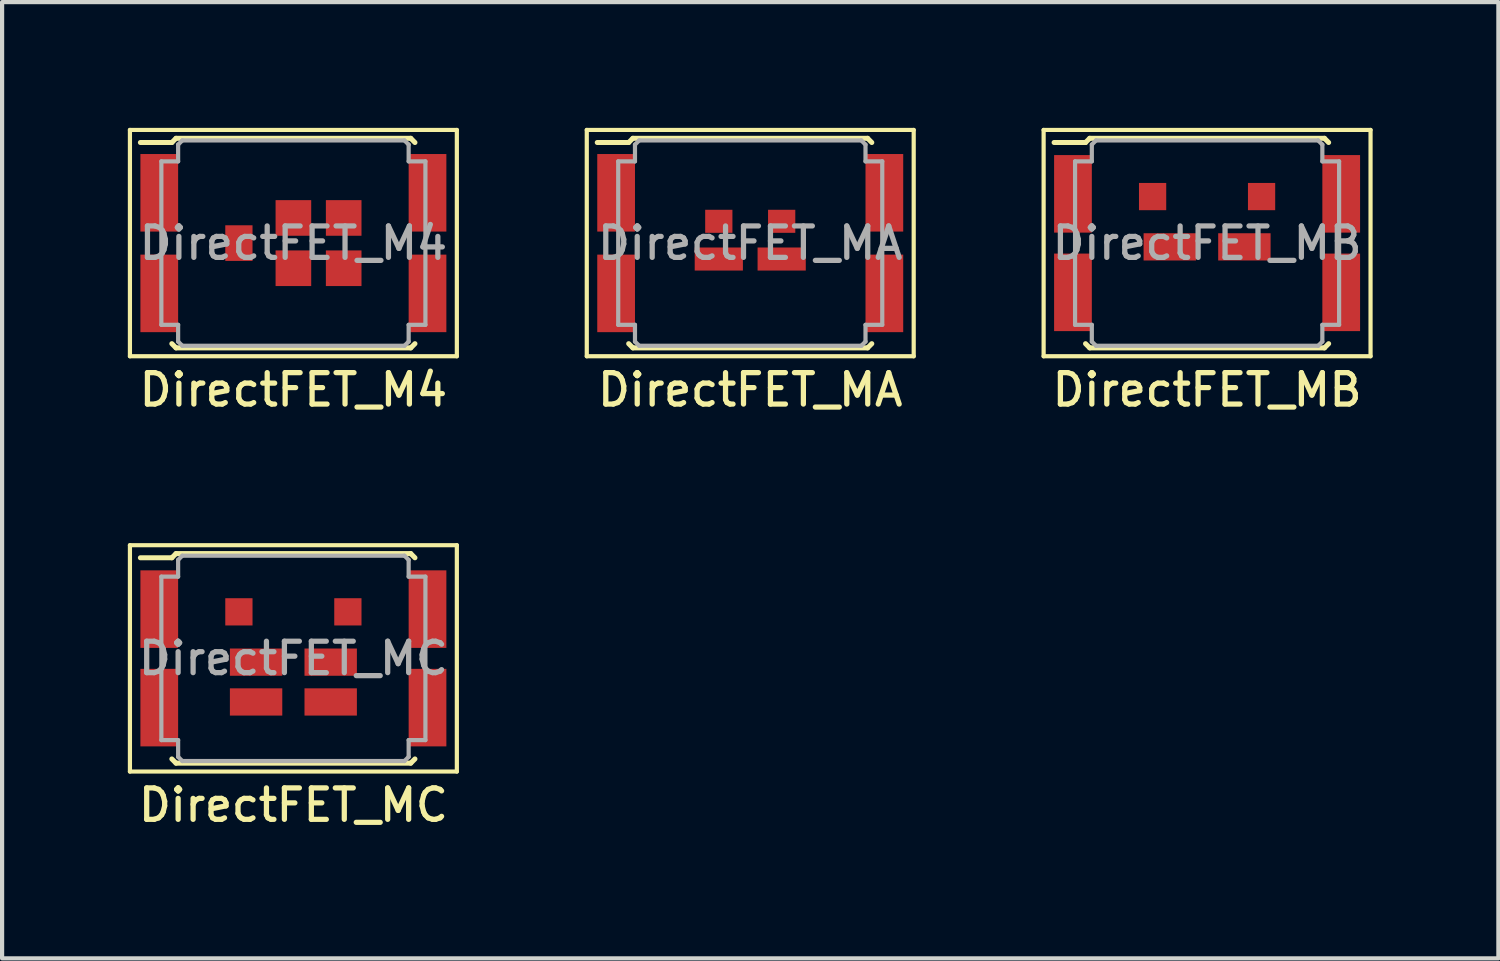
<source format=kicad_pcb>
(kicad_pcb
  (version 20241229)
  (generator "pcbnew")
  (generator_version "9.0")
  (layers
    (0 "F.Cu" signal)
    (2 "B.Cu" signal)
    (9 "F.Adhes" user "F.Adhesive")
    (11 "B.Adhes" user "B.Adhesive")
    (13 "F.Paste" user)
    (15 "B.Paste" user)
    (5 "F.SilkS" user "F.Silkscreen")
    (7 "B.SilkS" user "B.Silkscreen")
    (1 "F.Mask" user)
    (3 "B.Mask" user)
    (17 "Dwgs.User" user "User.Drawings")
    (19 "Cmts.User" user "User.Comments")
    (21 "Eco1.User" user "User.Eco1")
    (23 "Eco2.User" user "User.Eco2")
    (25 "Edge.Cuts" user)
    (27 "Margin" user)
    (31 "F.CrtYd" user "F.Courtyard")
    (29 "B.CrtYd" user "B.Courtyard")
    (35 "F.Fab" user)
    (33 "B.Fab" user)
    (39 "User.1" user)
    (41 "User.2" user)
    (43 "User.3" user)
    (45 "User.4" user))
  (footprint "DirectFET_MA"
    (layer "F.Cu")
    (at 14.85 2.75)
    (property "Reference" "DirectFET_MA" (at 0 3.5 0) (layer "F.SilkS") (effects (font (size 0.75 0.75) (thickness 0.125))))
    (attr smd)
    (fp_line (start -3.9 -2.7) (end -3.9 2.7) (stroke (width 0.1) (type solid)) (layer "F.SilkS"))
    (fp_line (start -3.9 2.7) (end 3.9 2.7) (stroke (width 0.1) (type solid)) (layer "F.SilkS"))
    (fp_line (start -3.65 -2.4) (end -2.9 -2.4) (stroke (width 0.12) (type solid)) (layer "F.SilkS"))
    (fp_line (start -2.9 -2.4) (end -2.8 -2.5) (stroke (width 0.12) (type solid)) (layer "F.SilkS"))
    (fp_line (start -2.8 -2.5) (end 2.8 -2.5) (stroke (width 0.12) (type solid)) (layer "F.SilkS"))
    (fp_line (start -2.8 2.5) (end -2.9 2.4) (stroke (width 0.12) (type solid)) (layer "F.SilkS"))
    (fp_line (start 2.8 -2.5) (end 2.9 -2.4) (stroke (width 0.12) (type solid)) (layer "F.SilkS"))
    (fp_line (start 2.8 2.5) (end -2.8 2.5) (stroke (width 0.12) (type solid)) (layer "F.SilkS"))
    (fp_line (start 2.9 2.4) (end 2.8 2.5) (stroke (width 0.12) (type solid)) (layer "F.SilkS"))
    (fp_line (start 3.9 -2.7) (end -3.9 -2.7) (stroke (width 0.1) (type solid)) (layer "F.SilkS"))
    (fp_line (start 3.9 2.7) (end 3.9 -2.7) (stroke (width 0.1) (type solid)) (layer "F.SilkS"))
    (fp_line (start -3.15 -1.95) (end -2.75 -1.95) (stroke (width 0.1) (type solid)) (layer "F.Fab"))
    (fp_line (start -3.15 1.95) (end -3.15 -1.95) (stroke (width 0.1) (type solid)) (layer "F.Fab"))
    (fp_line (start -3.15 1.95) (end -2.75 1.95) (stroke (width 0.1) (type solid)) (layer "F.Fab"))
    (fp_line (start -2.75 -2.35) (end -2.65 -2.45) (stroke (width 0.1) (type solid)) (layer "F.Fab"))
    (fp_line (start -2.75 -1.95) (end -2.75 -2.35) (stroke (width 0.1) (type solid)) (layer "F.Fab"))
    (fp_line (start -2.75 1.95) (end -2.75 2.35) (stroke (width 0.1) (type solid)) (layer "F.Fab"))
    (fp_line (start -2.75 2.35) (end -2.65 2.45) (stroke (width 0.1) (type solid)) (layer "F.Fab"))
    (fp_line (start -2.65 2.45) (end 2.65 2.45) (stroke (width 0.1) (type solid)) (layer "F.Fab"))
    (fp_line (start 2.65 -2.45) (end -2.65 -2.45) (stroke (width 0.1) (type solid)) (layer "F.Fab"))
    (fp_line (start 2.65 -2.45) (end 2.75 -2.35) (stroke (width 0.1) (type solid)) (layer "F.Fab"))
    (fp_line (start 2.75 -2.35) (end 2.75 -1.95) (stroke (width 0.1) (type solid)) (layer "F.Fab"))
    (fp_line (start 2.75 -1.95) (end 3.15 -1.95) (stroke (width 0.1) (type solid)) (layer "F.Fab"))
    (fp_line (start 2.75 1.95) (end 2.75 2.35) (stroke (width 0.1) (type solid)) (layer "F.Fab"))
    (fp_line (start 2.75 2.35) (end 2.65 2.45) (stroke (width 0.1) (type solid)) (layer "F.Fab"))
    (fp_line (start 3.15 -1.95) (end 3.15 1.95) (stroke (width 0.1) (type solid)) (layer "F.Fab"))
    (fp_line (start 3.15 1.95) (end 2.75 1.95) (stroke (width 0.1) (type solid)) (layer "F.Fab"))
    (fp_text user "${REFERENCE}" (at 0 0 0) (layer "F.Fab") (effects (font (size 0.75 0.75) (thickness 0.125))))
    (pad "1" smd rect (at -3.2 -1.2) (size 0.9 1.85) (layers "F.Cu" "F.Mask" "F.Paste"))
    (pad "1" smd rect (at -3.2 1.2) (size 0.9 1.85) (layers "F.Cu" "F.Mask" "F.Paste"))
    (pad "1" smd rect (at 3.2 -1.2) (size 0.9 1.85) (layers "F.Cu" "F.Mask" "F.Paste"))
    (pad "1" smd rect (at 3.2 1.2) (size 0.9 1.85) (layers "F.Cu" "F.Mask" "F.Paste"))
    (pad "2" smd rect (at -0.75 -0.52) (size 0.65 0.55) (layers "F.Cu" "F.Mask" "F.Paste"))
    (pad "2" smd rect (at 0.75 -0.52) (size 0.65 0.55) (layers "F.Cu" "F.Mask" "F.Paste"))
    (pad "3" smd rect (at -0.75 0.38) (size 1.15 0.55) (layers "F.Cu" "F.Mask" "F.Paste"))
    (pad "3" smd rect (at 0.75 0.38) (size 1.15 0.55) (layers "F.Cu" "F.Mask" "F.Paste")))
  (footprint "DirectFET_M4"
    (layer "F.Cu")
    (at 3.95 2.75)
    (property "Reference" "DirectFET_M4" (at 0 3.5 0) (layer "F.SilkS") (effects (font (size 0.75 0.75) (thickness 0.125))))
    (attr smd)
    (fp_line (start -3.9 -2.7) (end -3.9 2.7) (stroke (width 0.1) (type solid)) (layer "F.SilkS"))
    (fp_line (start -3.9 2.7) (end 3.9 2.7) (stroke (width 0.1) (type solid)) (layer "F.SilkS"))
    (fp_line (start -3.65 -2.4) (end -2.9 -2.4) (stroke (width 0.12) (type solid)) (layer "F.SilkS"))
    (fp_line (start -2.9 -2.4) (end -2.8 -2.5) (stroke (width 0.12) (type solid)) (layer "F.SilkS"))
    (fp_line (start -2.8 -2.5) (end 2.8 -2.5) (stroke (width 0.12) (type solid)) (layer "F.SilkS"))
    (fp_line (start -2.8 2.5) (end -2.9 2.4) (stroke (width 0.12) (type solid)) (layer "F.SilkS"))
    (fp_line (start 2.8 -2.5) (end 2.9 -2.4) (stroke (width 0.12) (type solid)) (layer "F.SilkS"))
    (fp_line (start 2.8 2.5) (end -2.8 2.5) (stroke (width 0.12) (type solid)) (layer "F.SilkS"))
    (fp_line (start 2.9 2.4) (end 2.8 2.5) (stroke (width 0.12) (type solid)) (layer "F.SilkS"))
    (fp_line (start 3.9 -2.7) (end -3.9 -2.7) (stroke (width 0.1) (type solid)) (layer "F.SilkS"))
    (fp_line (start 3.9 2.7) (end 3.9 -2.7) (stroke (width 0.1) (type solid)) (layer "F.SilkS"))
    (fp_line (start -3.15 -1.95) (end -2.75 -1.95) (stroke (width 0.1) (type solid)) (layer "F.Fab"))
    (fp_line (start -3.15 1.95) (end -3.15 -1.95) (stroke (width 0.1) (type solid)) (layer "F.Fab"))
    (fp_line (start -3.15 1.95) (end -2.75 1.95) (stroke (width 0.1) (type solid)) (layer "F.Fab"))
    (fp_line (start -2.75 -2.35) (end -2.65 -2.45) (stroke (width 0.1) (type solid)) (layer "F.Fab"))
    (fp_line (start -2.75 -1.95) (end -2.75 -2.35) (stroke (width 0.1) (type solid)) (layer "F.Fab"))
    (fp_line (start -2.75 1.95) (end -2.75 2.35) (stroke (width 0.1) (type solid)) (layer "F.Fab"))
    (fp_line (start -2.75 2.35) (end -2.65 2.45) (stroke (width 0.1) (type solid)) (layer "F.Fab"))
    (fp_line (start -2.65 2.45) (end 2.65 2.45) (stroke (width 0.1) (type solid)) (layer "F.Fab"))
    (fp_line (start 2.65 -2.45) (end -2.65 -2.45) (stroke (width 0.1) (type solid)) (layer "F.Fab"))
    (fp_line (start 2.65 -2.45) (end 2.75 -2.35) (stroke (width 0.1) (type solid)) (layer "F.Fab"))
    (fp_line (start 2.75 -2.35) (end 2.75 -1.95) (stroke (width 0.1) (type solid)) (layer "F.Fab"))
    (fp_line (start 2.75 -1.95) (end 3.15 -1.95) (stroke (width 0.1) (type solid)) (layer "F.Fab"))
    (fp_line (start 2.75 1.95) (end 2.75 2.35) (stroke (width 0.1) (type solid)) (layer "F.Fab"))
    (fp_line (start 2.75 2.35) (end 2.65 2.45) (stroke (width 0.1) (type solid)) (layer "F.Fab"))
    (fp_line (start 3.15 -1.95) (end 3.15 1.95) (stroke (width 0.1) (type solid)) (layer "F.Fab"))
    (fp_line (start 3.15 1.95) (end 2.75 1.95) (stroke (width 0.1) (type solid)) (layer "F.Fab"))
    (fp_text user "${REFERENCE}" (at 0 0 0) (layer "F.Fab") (effects (font (size 0.75 0.75) (thickness 0.125))))
    (pad "1" smd rect (at -3.2 -1.2) (size 0.9 1.85) (layers "F.Cu" "F.Mask" "F.Paste"))
    (pad "1" smd rect (at -3.2 1.2) (size 0.9 1.85) (layers "F.Cu" "F.Mask" "F.Paste"))
    (pad "1" smd rect (at 3.2 -1.2) (size 0.9 1.85) (layers "F.Cu" "F.Mask" "F.Paste"))
    (pad "1" smd rect (at 3.2 1.2) (size 0.9 1.85) (layers "F.Cu" "F.Mask" "F.Paste"))
    (pad "2" smd rect (at -1.3 0) (size 0.65 0.85) (layers "F.Cu" "F.Mask" "F.Paste"))
    (pad "3" smd rect (at 0 -0.6) (size 0.85 0.85) (layers "F.Cu" "F.Mask" "F.Paste"))
    (pad "3" smd rect (at 0 0.6) (size 0.85 0.85) (layers "F.Cu" "F.Mask" "F.Paste"))
    (pad "3" smd rect (at 1.2 -0.6) (size 0.85 0.85) (layers "F.Cu" "F.Mask" "F.Paste"))
    (pad "3" smd rect (at 1.2 0.6) (size 0.85 0.85) (layers "F.Cu" "F.Mask" "F.Paste")))
  (footprint "DirectFET_MC"
    (layer "F.Cu")
    (at 3.95 12.658)
    (property "Reference" "DirectFET_MC" (at 0 3.5 0) (layer "F.SilkS") (effects (font (size 0.75 0.75) (thickness 0.125))))
    (attr smd)
    (fp_line (start -3.9 -2.7) (end -3.9 2.7) (stroke (width 0.1) (type solid)) (layer "F.SilkS"))
    (fp_line (start -3.9 2.7) (end 3.9 2.7) (stroke (width 0.1) (type solid)) (layer "F.SilkS"))
    (fp_line (start -3.65 -2.4) (end -2.9 -2.4) (stroke (width 0.12) (type solid)) (layer "F.SilkS"))
    (fp_line (start -2.9 -2.4) (end -2.8 -2.5) (stroke (width 0.12) (type solid)) (layer "F.SilkS"))
    (fp_line (start -2.8 -2.5) (end 2.8 -2.5) (stroke (width 0.12) (type solid)) (layer "F.SilkS"))
    (fp_line (start -2.8 2.5) (end -2.9 2.4) (stroke (width 0.12) (type solid)) (layer "F.SilkS"))
    (fp_line (start 2.8 -2.5) (end 2.9 -2.4) (stroke (width 0.12) (type solid)) (layer "F.SilkS"))
    (fp_line (start 2.8 2.5) (end -2.8 2.5) (stroke (width 0.12) (type solid)) (layer "F.SilkS"))
    (fp_line (start 2.9 2.4) (end 2.8 2.5) (stroke (width 0.12) (type solid)) (layer "F.SilkS"))
    (fp_line (start 3.9 -2.7) (end -3.9 -2.7) (stroke (width 0.1) (type solid)) (layer "F.SilkS"))
    (fp_line (start 3.9 2.7) (end 3.9 -2.7) (stroke (width 0.1) (type solid)) (layer "F.SilkS"))
    (fp_line (start -3.15 -1.95) (end -2.75 -1.95) (stroke (width 0.1) (type solid)) (layer "F.Fab"))
    (fp_line (start -3.15 1.95) (end -3.15 -1.95) (stroke (width 0.1) (type solid)) (layer "F.Fab"))
    (fp_line (start -3.15 1.95) (end -2.75 1.95) (stroke (width 0.1) (type solid)) (layer "F.Fab"))
    (fp_line (start -2.75 -2.35) (end -2.65 -2.45) (stroke (width 0.1) (type solid)) (layer "F.Fab"))
    (fp_line (start -2.75 -1.95) (end -2.75 -2.35) (stroke (width 0.1) (type solid)) (layer "F.Fab"))
    (fp_line (start -2.75 1.95) (end -2.75 2.35) (stroke (width 0.1) (type solid)) (layer "F.Fab"))
    (fp_line (start -2.75 2.35) (end -2.65 2.45) (stroke (width 0.1) (type solid)) (layer "F.Fab"))
    (fp_line (start -2.65 2.45) (end 2.65 2.45) (stroke (width 0.1) (type solid)) (layer "F.Fab"))
    (fp_line (start 2.65 -2.45) (end -2.65 -2.45) (stroke (width 0.1) (type solid)) (layer "F.Fab"))
    (fp_line (start 2.65 -2.45) (end 2.75 -2.35) (stroke (width 0.1) (type solid)) (layer "F.Fab"))
    (fp_line (start 2.75 -2.35) (end 2.75 -1.95) (stroke (width 0.1) (type solid)) (layer "F.Fab"))
    (fp_line (start 2.75 -1.95) (end 3.15 -1.95) (stroke (width 0.1) (type solid)) (layer "F.Fab"))
    (fp_line (start 2.75 1.95) (end 2.75 2.35) (stroke (width 0.1) (type solid)) (layer "F.Fab"))
    (fp_line (start 2.75 2.35) (end 2.65 2.45) (stroke (width 0.1) (type solid)) (layer "F.Fab"))
    (fp_line (start 3.15 -1.95) (end 3.15 1.95) (stroke (width 0.1) (type solid)) (layer "F.Fab"))
    (fp_line (start 3.15 1.95) (end 2.75 1.95) (stroke (width 0.1) (type solid)) (layer "F.Fab"))
    (fp_text user "${REFERENCE}" (at 0 0 0) (layer "F.Fab") (effects (font (size 0.75 0.75) (thickness 0.125))))
    (pad "1" smd rect (at -3.2 -1.175) (size 0.9 1.85) (layers "F.Cu" "F.Mask" "F.Paste"))
    (pad "1" smd rect (at -3.2 1.175) (size 0.9 1.85) (layers "F.Cu" "F.Mask" "F.Paste"))
    (pad "1" smd rect (at 3.2 -1.175) (size 0.9 1.85) (layers "F.Cu" "F.Mask" "F.Paste"))
    (pad "1" smd rect (at 3.2 1.175) (size 0.9 1.85) (layers "F.Cu" "F.Mask" "F.Paste"))
    (pad "2" smd rect (at -1.3 -1.11) (size 0.65 0.65) (layers "F.Cu" "F.Mask" "F.Paste"))
    (pad "2" smd rect (at 1.3 -1.11) (size 0.65 0.65) (layers "F.Cu" "F.Mask" "F.Paste"))
    (pad "3" smd rect (at -0.89 0.09) (size 1.25 0.65) (layers "F.Cu" "F.Mask" "F.Paste"))
    (pad "3" smd rect (at -0.89 1.04) (size 1.25 0.65) (layers "F.Cu" "F.Mask" "F.Paste"))
    (pad "3" smd rect (at 0.89 0.09) (size 1.25 0.65) (layers "F.Cu" "F.Mask" "F.Paste"))
    (pad "3" smd rect (at 0.89 1.04) (size 1.25 0.65) (layers "F.Cu" "F.Mask" "F.Paste")))
  (footprint "DirectFET_MB"
    (layer "F.Cu")
    (at 25.75 2.75)
    (property "Reference" "DirectFET_MB" (at 0 3.5 0) (layer "F.SilkS") (effects (font (size 0.75 0.75) (thickness 0.125))))
    (attr smd)
    (fp_line (start -3.9 -2.7) (end -3.9 2.7) (stroke (width 0.1) (type solid)) (layer "F.SilkS"))
    (fp_line (start -3.9 2.7) (end 3.9 2.7) (stroke (width 0.1) (type solid)) (layer "F.SilkS"))
    (fp_line (start -3.65 -2.4) (end -2.9 -2.4) (stroke (width 0.12) (type solid)) (layer "F.SilkS"))
    (fp_line (start -2.9 -2.4) (end -2.8 -2.5) (stroke (width 0.12) (type solid)) (layer "F.SilkS"))
    (fp_line (start -2.8 -2.5) (end 2.8 -2.5) (stroke (width 0.12) (type solid)) (layer "F.SilkS"))
    (fp_line (start -2.8 2.5) (end -2.9 2.4) (stroke (width 0.12) (type solid)) (layer "F.SilkS"))
    (fp_line (start 2.8 -2.5) (end 2.9 -2.4) (stroke (width 0.12) (type solid)) (layer "F.SilkS"))
    (fp_line (start 2.8 2.5) (end -2.8 2.5) (stroke (width 0.12) (type solid)) (layer "F.SilkS"))
    (fp_line (start 2.9 2.4) (end 2.8 2.5) (stroke (width 0.12) (type solid)) (layer "F.SilkS"))
    (fp_line (start 3.9 -2.7) (end -3.9 -2.7) (stroke (width 0.1) (type solid)) (layer "F.SilkS"))
    (fp_line (start 3.9 2.7) (end 3.9 -2.7) (stroke (width 0.1) (type solid)) (layer "F.SilkS"))
    (fp_line (start -3.15 -1.95) (end -2.75 -1.95) (stroke (width 0.1) (type solid)) (layer "F.Fab"))
    (fp_line (start -3.15 1.95) (end -3.15 -1.95) (stroke (width 0.1) (type solid)) (layer "F.Fab"))
    (fp_line (start -3.15 1.95) (end -2.75 1.95) (stroke (width 0.1) (type solid)) (layer "F.Fab"))
    (fp_line (start -2.75 -2.35) (end -2.65 -2.45) (stroke (width 0.1) (type solid)) (layer "F.Fab"))
    (fp_line (start -2.75 -1.95) (end -2.75 -2.35) (stroke (width 0.1) (type solid)) (layer "F.Fab"))
    (fp_line (start -2.75 1.95) (end -2.75 2.35) (stroke (width 0.1) (type solid)) (layer "F.Fab"))
    (fp_line (start -2.75 2.35) (end -2.65 2.45) (stroke (width 0.1) (type solid)) (layer "F.Fab"))
    (fp_line (start -2.65 2.45) (end 2.65 2.45) (stroke (width 0.1) (type solid)) (layer "F.Fab"))
    (fp_line (start 2.65 -2.45) (end -2.65 -2.45) (stroke (width 0.1) (type solid)) (layer "F.Fab"))
    (fp_line (start 2.65 -2.45) (end 2.75 -2.35) (stroke (width 0.1) (type solid)) (layer "F.Fab"))
    (fp_line (start 2.75 -2.35) (end 2.75 -1.95) (stroke (width 0.1) (type solid)) (layer "F.Fab"))
    (fp_line (start 2.75 -1.95) (end 3.15 -1.95) (stroke (width 0.1) (type solid)) (layer "F.Fab"))
    (fp_line (start 2.75 1.95) (end 2.75 2.35) (stroke (width 0.1) (type solid)) (layer "F.Fab"))
    (fp_line (start 2.75 2.35) (end 2.65 2.45) (stroke (width 0.1) (type solid)) (layer "F.Fab"))
    (fp_line (start 3.15 -1.95) (end 3.15 1.95) (stroke (width 0.1) (type solid)) (layer "F.Fab"))
    (fp_line (start 3.15 1.95) (end 2.75 1.95) (stroke (width 0.1) (type solid)) (layer "F.Fab"))
    (fp_text user "${REFERENCE}" (at 0 0 0) (layer "F.Fab") (effects (font (size 0.75 0.75) (thickness 0.125))))
    (pad "1" smd rect (at -3.2 -1.175) (size 0.9 1.85) (layers "F.Cu" "F.Mask" "F.Paste"))
    (pad "1" smd rect (at -3.2 1.175) (size 0.9 1.85) (layers "F.Cu" "F.Mask" "F.Paste"))
    (pad "1" smd rect (at 3.2 -1.175) (size 0.9 1.85) (layers "F.Cu" "F.Mask" "F.Paste"))
    (pad "1" smd rect (at 3.2 1.175) (size 0.9 1.85) (layers "F.Cu" "F.Mask" "F.Paste"))
    (pad "2" smd rect (at -1.3 -1.11) (size 0.65 0.65) (layers "F.Cu" "F.Mask" "F.Paste"))
    (pad "2" smd rect (at 1.3 -1.11) (size 0.65 0.65) (layers "F.Cu" "F.Mask" "F.Paste"))
    (pad "3" smd rect (at -0.89 0.09) (size 1.25 0.65) (layers "F.Cu" "F.Mask" "F.Paste"))
    (pad "3" smd rect (at 0.89 0.09) (size 1.25 0.65) (layers "F.Cu" "F.Mask" "F.Paste")))
  (gr_rect
    (start -3 -3)
    (end 32.7 19.816)
    (stroke (width 0.1) (type default))
    (fill no)
    (layer "Edge.Cuts")))
</source>
